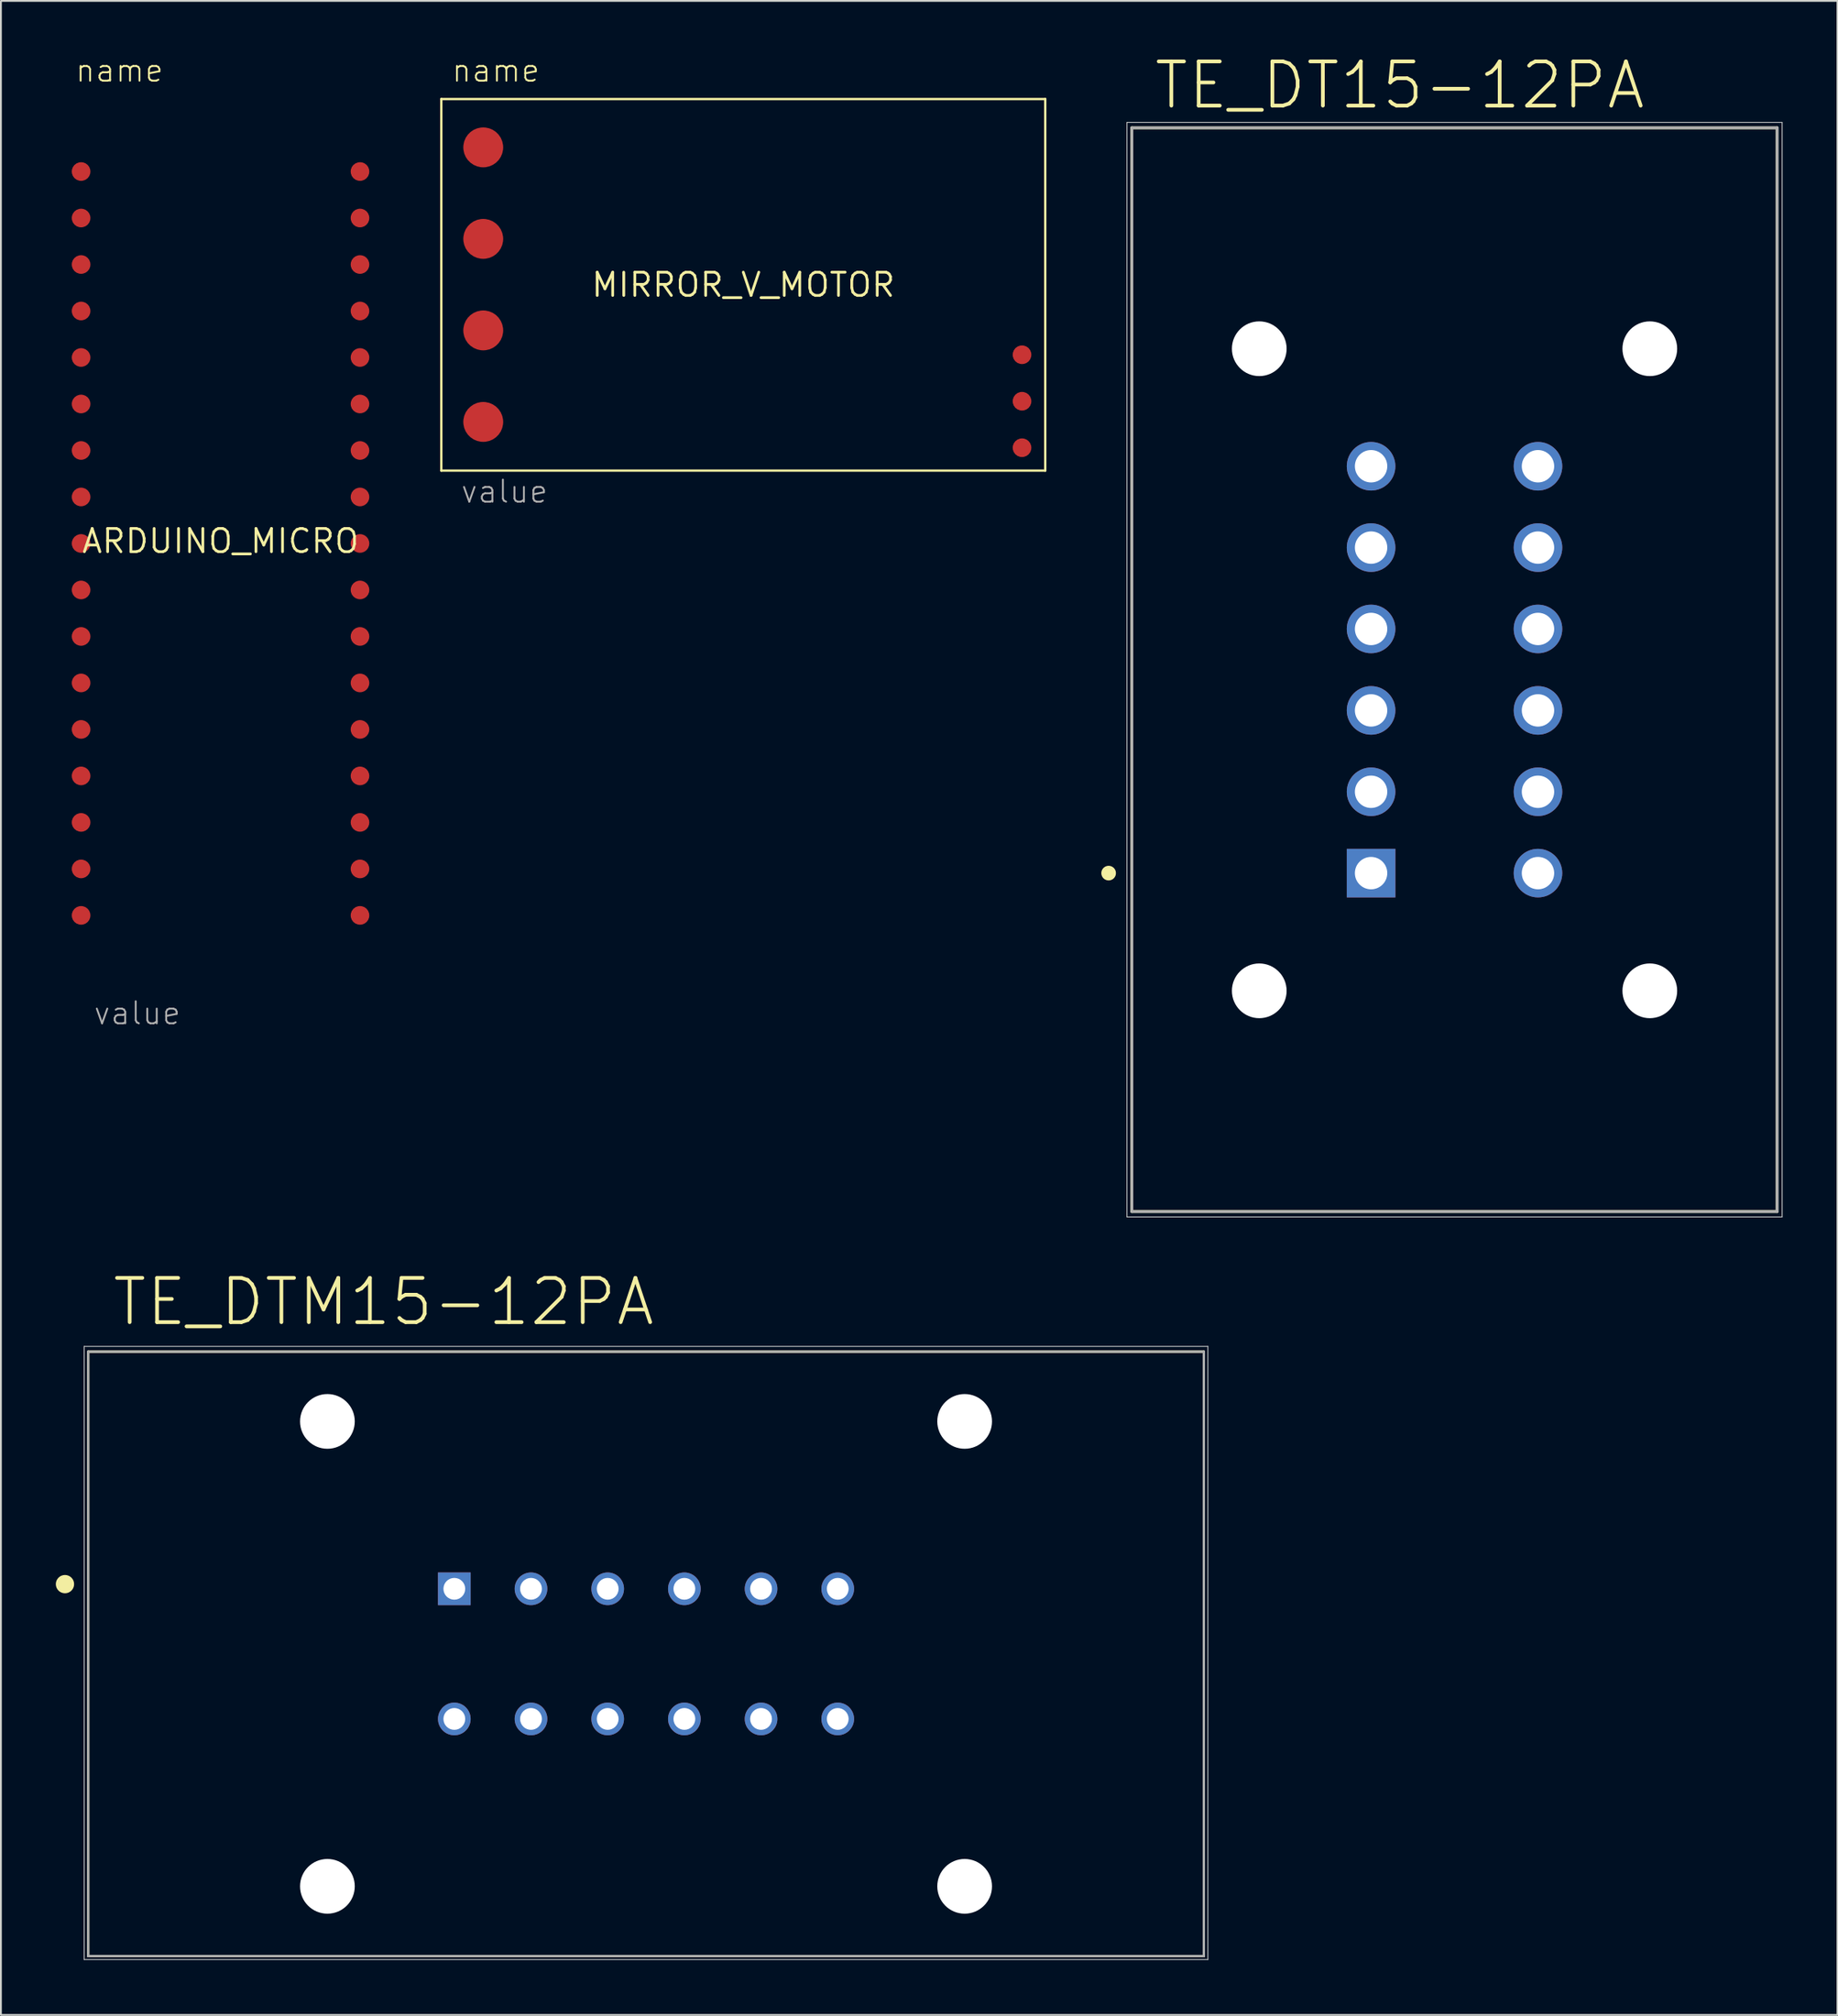
<source format=kicad_pcb>
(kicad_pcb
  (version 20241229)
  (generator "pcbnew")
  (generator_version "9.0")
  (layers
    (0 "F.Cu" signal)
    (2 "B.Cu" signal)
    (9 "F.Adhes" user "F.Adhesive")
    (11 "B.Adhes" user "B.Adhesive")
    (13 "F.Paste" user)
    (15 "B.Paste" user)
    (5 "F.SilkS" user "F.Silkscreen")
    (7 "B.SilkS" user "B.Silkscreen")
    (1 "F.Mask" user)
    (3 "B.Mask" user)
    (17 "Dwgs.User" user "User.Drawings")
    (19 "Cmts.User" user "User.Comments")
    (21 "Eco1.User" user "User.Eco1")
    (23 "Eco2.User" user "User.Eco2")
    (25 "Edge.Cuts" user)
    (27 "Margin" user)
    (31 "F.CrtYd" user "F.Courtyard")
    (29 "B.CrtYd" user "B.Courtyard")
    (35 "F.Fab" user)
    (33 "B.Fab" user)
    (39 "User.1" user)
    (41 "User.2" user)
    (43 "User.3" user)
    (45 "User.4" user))
  (footprint "MIRROR_V_MOTOR"
    (layer "F.Cu")
    (at 37.565 12.511)
    (property "Reference" "MIRROR_V_MOTOR" (at 0 0 0) (layer "F.SilkS") (effects (font (size 1.27 1.27) (thickness 0.15))))
    (attr through_hole)
    (fp_line (start -16.5 -10.15) (end 16.5 -10.15) (stroke (width 0.127) (type solid)) (layer "F.SilkS"))
    (fp_line (start -16.5 10.15) (end -16.5 -10.15) (stroke (width 0.127) (type solid)) (layer "F.SilkS"))
    (fp_line (start 16.5 -10.15) (end 16.5 10.15) (stroke (width 0.127) (type solid)) (layer "F.SilkS"))
    (fp_line (start 16.5 10.15) (end -16.5 10.15) (stroke (width 0.127) (type solid)) (layer "F.SilkS"))
    (fp_text user "name" (at -16 -11 0) (layer "F.SilkS") (effects (font (size 1.206 1.206) (thickness 0.102)) (justify left bottom)))
    (fp_text user "value" (at -15.5 12 0) (layer "F.Fab") (effects (font (size 1.206 1.206) (thickness 0.102)) (justify left bottom)))
    (pad "DIR" smd roundrect (at 15.23 6.36) (size 1.02 1.02) (layers "F.Cu" "F.Mask" "F.Paste") (roundrect_rratio 0.5))
    (pad "GND" smd roundrect (at -14.21 7.49) (size 2.18 2.18) (layers "F.Cu" "F.Mask" "F.Paste") (roundrect_rratio 0.5))
    (pad "LGND" smd roundrect (at 15.23 8.9) (size 1.02 1.02) (layers "F.Cu" "F.Mask" "F.Paste") (roundrect_rratio 0.5))
    (pad "OUTA" smd roundrect (at -14.21 -2.51) (size 2.18 2.18) (layers "F.Cu" "F.Mask" "F.Paste") (roundrect_rratio 0.5))
    (pad "OUTB" smd roundrect (at -14.21 2.49) (size 2.18 2.18) (layers "F.Cu" "F.Mask" "F.Paste") (roundrect_rratio 0.5))
    (pad "PWM" smd roundrect (at 15.23 3.82) (size 1.02 1.02) (layers "F.Cu" "F.Mask" "F.Paste") (roundrect_rratio 0.5))
    (pad "VIN" smd roundrect (at -14.21 -7.51) (size 2.18 2.18) (layers "F.Cu" "F.Mask" "F.Paste") (roundrect_rratio 0.5)))
  (footprint "TE_DTM15-12PA"
    (layer "F.Cu")
    (at 32.25 87.307)
    (property "Reference" "TE_DTM15-12PA" (at -29.27 -17.817 0) (layer "F.SilkS") (effects (font (size 2.418 2.418) (thickness 0.204)) (justify left bottom)))
    (attr through_hole)
    (fp_line (start -30.48 -16.51) (end 30.48 -16.51) (stroke (width 0.127) (type solid)) (layer "F.SilkS"))
    (fp_line (start -30.48 16.51) (end -30.48 -16.51) (stroke (width 0.127) (type solid)) (layer "F.SilkS"))
    (fp_line (start 30.48 -16.51) (end 30.48 16.51) (stroke (width 0.127) (type solid)) (layer "F.SilkS"))
    (fp_line (start 30.48 16.51) (end -30.48 16.51) (stroke (width 0.127) (type solid)) (layer "F.SilkS"))
    (fp_circle (center -31.75 -3.81) (end -31.5 -3.81) (stroke (width 0.5) (type solid)) (fill no) (layer "F.SilkS"))
    (fp_line (start -30.7 -16.8) (end 30.7 -16.8) (stroke (width 0.05) (type solid)) (layer "Dwgs.User"))
    (fp_line (start -30.7 16.7) (end -30.7 -16.8) (stroke (width 0.05) (type solid)) (layer "Dwgs.User"))
    (fp_line (start 30.7 -16.8) (end 30.7 16.7) (stroke (width 0.05) (type solid)) (layer "Dwgs.User"))
    (fp_line (start 30.7 16.7) (end -30.7 16.7) (stroke (width 0.05) (type solid)) (layer "Dwgs.User"))
    (fp_line (start -30.48 -16.51) (end 30.48 -16.51) (stroke (width 0.127) (type solid)) (layer "F.Fab"))
    (fp_line (start -30.48 16.51) (end -30.48 -16.51) (stroke (width 0.127) (type solid)) (layer "F.Fab"))
    (fp_line (start 30.48 -16.51) (end 30.48 16.51) (stroke (width 0.127) (type solid)) (layer "F.Fab"))
    (fp_line (start 30.48 16.51) (end -30.48 16.51) (stroke (width 0.127) (type solid)) (layer "F.Fab"))
    (pad "" np_thru_hole circle (at -17.41 -12.7) (size 2.99 2.99) (drill 2.99) (layers "*.Cu"))
    (pad "" np_thru_hole circle (at -17.41 12.7) (size 2.99 2.99) (drill 2.99) (layers "*.Cu"))
    (pad "" np_thru_hole circle (at 17.41 -12.7) (size 2.99 2.99) (drill 2.99) (layers "*.Cu"))
    (pad "" np_thru_hole circle (at 17.41 12.7) (size 2.99 2.99) (drill 2.99) (layers "*.Cu"))
    (pad "1" thru_hole rect (at -10.475 -3.555) (size 1.785 1.785) (drill 1.19) (layers "*.Cu" "*.Mask"))
    (pad "2" thru_hole circle (at -6.285 -3.555) (size 1.785 1.785) (drill 1.19) (layers "*.Cu" "*.Mask"))
    (pad "3" thru_hole circle (at -2.095 -3.555) (size 1.785 1.785) (drill 1.19) (layers "*.Cu" "*.Mask"))
    (pad "4" thru_hole circle (at 2.095 -3.555) (size 1.785 1.785) (drill 1.19) (layers "*.Cu" "*.Mask"))
    (pad "5" thru_hole circle (at 6.285 -3.555) (size 1.785 1.785) (drill 1.19) (layers "*.Cu" "*.Mask"))
    (pad "6" thru_hole circle (at 10.475 -3.555) (size 1.785 1.785) (drill 1.19) (layers "*.Cu" "*.Mask"))
    (pad "7" thru_hole circle (at 10.475 3.555) (size 1.785 1.785) (drill 1.19) (layers "*.Cu" "*.Mask"))
    (pad "8" thru_hole circle (at 6.285 3.555) (size 1.785 1.785) (drill 1.19) (layers "*.Cu" "*.Mask"))
    (pad "9" thru_hole circle (at 2.095 3.555) (size 1.785 1.785) (drill 1.19) (layers "*.Cu" "*.Mask"))
    (pad "10" thru_hole circle (at -2.095 3.555) (size 1.785 1.785) (drill 1.19) (layers "*.Cu" "*.Mask"))
    (pad "11" thru_hole circle (at -6.285 3.555) (size 1.785 1.785) (drill 1.19) (layers "*.Cu" "*.Mask"))
    (pad "12" thru_hole circle (at -10.475 3.555) (size 1.785 1.785) (drill 1.19) (layers "*.Cu" "*.Mask")))
  (footprint "ARDUINO_MICRO"
    (layer "F.Cu")
    (at 9.001 26.511)
    (property "Reference" "ARDUINO_MICRO" (at 0 0 0) (layer "F.SilkS") (effects (font (size 1.27 1.27) (thickness 0.15))))
    (attr through_hole)
    (fp_line (start -9 -24) (end 9 -24) (stroke (width 0.001) (type solid)) (layer "F.SilkS"))
    (fp_line (start -9 24) (end -9 -24) (stroke (width 0.001) (type solid)) (layer "F.SilkS"))
    (fp_line (start 9 -24) (end 9 24) (stroke (width 0.001) (type solid)) (layer "F.SilkS"))
    (fp_line (start 9 24) (end -9 24) (stroke (width 0.001) (type solid)) (layer "F.SilkS"))
    (fp_text user "name" (at -8 -25 0) (layer "F.SilkS") (effects (font (size 1.206 1.206) (thickness 0.102)) (justify left bottom)))
    (fp_text user "value" (at -7 26.5 0) (layer "F.Fab") (effects (font (size 1.206 1.206) (thickness 0.102)) (justify left bottom)))
    (pad "+5V" smd roundrect (at 7.62 -7.49) (size 1.02 1.02) (layers "F.Cu" "F.Mask" "F.Paste") (roundrect_rratio 0.5))
    (pad "0/RX" smd roundrect (at -7.62 -12.57) (size 1.02 1.02) (layers "F.Cu" "F.Mask" "F.Paste") (roundrect_rratio 0.5))
    (pad "1/TX" smd roundrect (at -7.62 -15.11) (size 1.02 1.02) (layers "F.Cu" "F.Mask" "F.Paste") (roundrect_rratio 0.5))
    (pad "2/SDA" smd roundrect (at -7.62 -4.95) (size 1.02 1.02) (layers "F.Cu" "F.Mask" "F.Paste") (roundrect_rratio 0.5))
    (pad "3.3V" smd roundrect (at 7.62 17.91) (size 1.02 1.02) (layers "F.Cu" "F.Mask" "F.Paste") (roundrect_rratio 0.5))
    (pad "3/SCL" smd roundrect (at -7.62 -2.41) (size 1.02 1.02) (layers "F.Cu" "F.Mask" "F.Paste") (roundrect_rratio 0.5))
    (pad "4(PWM)/A6" smd roundrect (at -7.62 0.13) (size 1.02 1.02) (layers "F.Cu" "F.Mask" "F.Paste") (roundrect_rratio 0.5))
    (pad "5(PWM)" smd roundrect (at -7.62 2.67) (size 1.02 1.02) (layers "F.Cu" "F.Mask" "F.Paste") (roundrect_rratio 0.5))
    (pad "6(PWM)/A7" smd roundrect (at -7.62 5.21) (size 1.02 1.02) (layers "F.Cu" "F.Mask" "F.Paste") (roundrect_rratio 0.5))
    (pad "7" smd roundrect (at -7.62 7.75) (size 1.02 1.02) (layers "F.Cu" "F.Mask" "F.Paste") (roundrect_rratio 0.5))
    (pad "8/A9" smd roundrect (at -7.62 10.29) (size 1.02 1.02) (layers "F.Cu" "F.Mask" "F.Paste") (roundrect_rratio 0.5))
    (pad "9(PWM)/A10" smd roundrect (at -7.62 12.83) (size 1.02 1.02) (layers "F.Cu" "F.Mask" "F.Paste") (roundrect_rratio 0.5))
    (pad "10(PWM)/A11" smd roundrect (at -7.62 15.37) (size 1.02 1.02) (layers "F.Cu" "F.Mask" "F.Paste") (roundrect_rratio 0.5))
    (pad "11(PWM)" smd roundrect (at -7.62 17.91) (size 1.02 1.02) (layers "F.Cu" "F.Mask" "F.Paste") (roundrect_rratio 0.5))
    (pad "12(PWM)/A12" smd roundrect (at -7.62 20.45) (size 1.02 1.02) (layers "F.Cu" "F.Mask" "F.Paste") (roundrect_rratio 0.5))
    (pad "13(PWM)" smd roundrect (at 7.62 20.45) (size 1.02 1.02) (layers "F.Cu" "F.Mask" "F.Paste") (roundrect_rratio 0.5))
    (pad "A0" smd roundrect (at 7.62 12.83) (size 1.02 1.02) (layers "F.Cu" "F.Mask" "F.Paste") (roundrect_rratio 0.5))
    (pad "A1" smd roundrect (at 7.62 10.29) (size 1.02 1.02) (layers "F.Cu" "F.Mask" "F.Paste") (roundrect_rratio 0.5))
    (pad "A2" smd roundrect (at 7.62 7.75) (size 1.02 1.02) (layers "F.Cu" "F.Mask" "F.Paste") (roundrect_rratio 0.5))
    (pad "A3" smd roundrect (at 7.62 5.21) (size 1.02 1.02) (layers "F.Cu" "F.Mask" "F.Paste") (roundrect_rratio 0.5))
    (pad "A4" smd roundrect (at 7.62 2.67) (size 1.02 1.02) (layers "F.Cu" "F.Mask" "F.Paste") (roundrect_rratio 0.5))
    (pad "A5" smd roundrect (at 7.62 0.13) (size 1.02 1.02) (layers "F.Cu" "F.Mask" "F.Paste") (roundrect_rratio 0.5))
    (pad "AREF" smd roundrect (at 7.62 15.37) (size 1.02 1.02) (layers "F.Cu" "F.Mask" "F.Paste") (roundrect_rratio 0.5))
    (pad "LGND" smd roundrect (at -7.62 -7.49) (size 1.02 1.02) (layers "F.Cu" "F.Mask" "F.Paste") (roundrect_rratio 0.5))
    (pad "LGND2" smd roundrect (at 7.62 -12.57) (size 1.02 1.02) (layers "F.Cu" "F.Mask" "F.Paste") (roundrect_rratio 0.5))
    (pad "MISO" smd roundrect (at 7.62 -17.65) (size 1.02 1.02) (layers "F.Cu" "F.Mask" "F.Paste") (roundrect_rratio 0.5))
    (pad "MOSI" smd roundrect (at -7.62 -20.19) (size 1.02 1.02) (layers "F.Cu" "F.Mask" "F.Paste") (roundrect_rratio 0.5))
    (pad "N/C" smd roundrect (at 7.62 -4.95) (size 1.02 1.02) (layers "F.Cu" "F.Mask" "F.Paste") (roundrect_rratio 0.5))
    (pad "NC" smd roundrect (at 7.62 -2.41) (size 1.02 1.02) (layers "F.Cu" "F.Mask" "F.Paste") (roundrect_rratio 0.5))
    (pad "RESET" smd roundrect (at -7.62 -10.03) (size 1.02 1.02) (layers "F.Cu" "F.Mask" "F.Paste") (roundrect_rratio 0.5))
    (pad "RESET2" smd roundrect (at 7.62 -10.03) (size 1.02 1.02) (layers "F.Cu" "F.Mask" "F.Paste") (roundrect_rratio 0.5))
    (pad "RX_LED/SS" smd roundrect (at -7.62 -17.65) (size 1.02 1.02) (layers "F.Cu" "F.Mask" "F.Paste") (roundrect_rratio 0.5))
    (pad "SCK" smd roundrect (at 7.62 -20.19) (size 1.02 1.02) (layers "F.Cu" "F.Mask" "F.Paste") (roundrect_rratio 0.5))
    (pad "VIN1" smd roundrect (at 7.62 -15.11) (size 1.02 1.02) (layers "F.Cu" "F.Mask" "F.Paste") (roundrect_rratio 0.5)))
  (footprint "TE_DT15-12PA"
    (layer "F.Cu")
    (at 76.428 33.537)
    (property "Reference" "TE_DT15-12PA" (at -16.527 -30.511 0) (layer "F.SilkS") (effects (font (size 2.415 2.415) (thickness 0.203)) (justify left bottom)))
    (attr through_hole)
    (fp_line (start -17.63 -29.605) (end 17.63 -29.605) (stroke (width 0.152) (type solid)) (layer "F.SilkS"))
    (fp_line (start -17.63 29.605) (end -17.63 -29.605) (stroke (width 0.152) (type solid)) (layer "F.SilkS"))
    (fp_line (start 17.63 -29.605) (end 17.63 29.605) (stroke (width 0.152) (type solid)) (layer "F.SilkS"))
    (fp_line (start 17.63 29.605) (end -17.63 29.605) (stroke (width 0.152) (type solid)) (layer "F.SilkS"))
    (fp_circle (center -18.9 11.115) (end -18.7 11.115) (stroke (width 0.4) (type solid)) (fill no) (layer "F.SilkS"))
    (fp_line (start -17.9 -29.9) (end 17.9 -29.9) (stroke (width 0.05) (type solid)) (layer "Dwgs.User"))
    (fp_line (start -17.9 29.9) (end -17.9 -29.9) (stroke (width 0.05) (type solid)) (layer "Dwgs.User"))
    (fp_line (start 17.9 -29.9) (end 17.9 29.9) (stroke (width 0.05) (type solid)) (layer "Dwgs.User"))
    (fp_line (start 17.9 29.9) (end -17.9 29.9) (stroke (width 0.05) (type solid)) (layer "Dwgs.User"))
    (fp_line (start -17.63 -29.605) (end 17.63 -29.605) (stroke (width 0.152) (type solid)) (layer "F.Fab"))
    (fp_line (start -17.63 29.605) (end -17.63 -29.605) (stroke (width 0.152) (type solid)) (layer "F.Fab"))
    (fp_line (start 17.63 -29.605) (end 17.63 29.605) (stroke (width 0.152) (type solid)) (layer "F.Fab"))
    (fp_line (start 17.63 29.605) (end -17.63 29.605) (stroke (width 0.152) (type solid)) (layer "F.Fab"))
    (pad "" np_thru_hole circle (at -10.67 -17.535) (size 2.99 2.99) (drill 2.99) (layers "*.Cu"))
    (pad "" np_thru_hole circle (at -10.67 17.545) (size 2.99 2.99) (drill 2.99) (layers "*.Cu"))
    (pad "" np_thru_hole circle (at 10.67 -17.535) (size 2.99 2.99) (drill 2.99) (layers "*.Cu"))
    (pad "" np_thru_hole circle (at 10.67 17.545) (size 2.99 2.99) (drill 2.99) (layers "*.Cu"))
    (pad "1" thru_hole rect (at -4.56 11.115) (size 2.655 2.655) (drill 1.77) (layers "*.Cu" "*.Mask"))
    (pad "2" thru_hole circle (at -4.56 6.67) (size 2.655 2.655) (drill 1.77) (layers "*.Cu" "*.Mask"))
    (pad "3" thru_hole circle (at -4.56 2.225) (size 2.655 2.655) (drill 1.77) (layers "*.Cu" "*.Mask"))
    (pad "4" thru_hole circle (at -4.56 -2.225) (size 2.655 2.655) (drill 1.77) (layers "*.Cu" "*.Mask"))
    (pad "5" thru_hole circle (at -4.56 -6.67) (size 2.655 2.655) (drill 1.77) (layers "*.Cu" "*.Mask"))
    (pad "6" thru_hole circle (at -4.56 -11.115) (size 2.655 2.655) (drill 1.77) (layers "*.Cu" "*.Mask"))
    (pad "7" thru_hole circle (at 4.56 -11.115) (size 2.655 2.655) (drill 1.77) (layers "*.Cu" "*.Mask"))
    (pad "8" thru_hole circle (at 4.56 -6.67) (size 2.655 2.655) (drill 1.77) (layers "*.Cu" "*.Mask"))
    (pad "9" thru_hole circle (at 4.56 -2.225) (size 2.655 2.655) (drill 1.77) (layers "*.Cu" "*.Mask"))
    (pad "10" thru_hole circle (at 4.56 2.225) (size 2.655 2.655) (drill 1.77) (layers "*.Cu" "*.Mask"))
    (pad "11" thru_hole circle (at 4.56 6.67) (size 2.655 2.655) (drill 1.77) (layers "*.Cu" "*.Mask"))
    (pad "12" thru_hole circle (at 4.56 11.115) (size 2.655 2.655) (drill 1.77) (layers "*.Cu" "*.Mask")))
  (gr_rect
    (start -3 -3)
    (end 97.353 107.032)
    (stroke (width 0.1) (type default))
    (fill no)
    (layer "Edge.Cuts")))
</source>
